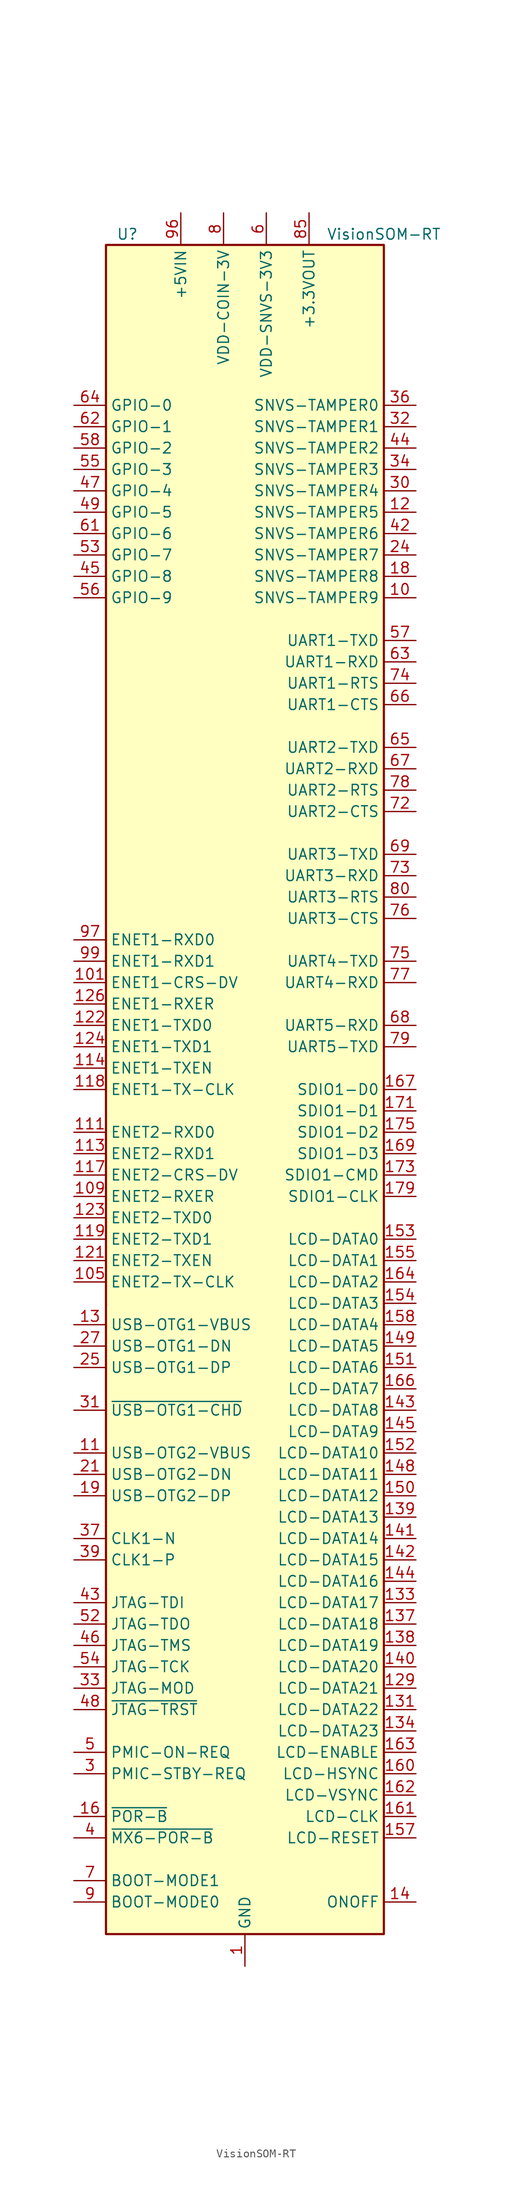
<source format=kicad_sym>
(kicad_symbol_lib
  (version 20241209)
  (generator "kicad_symbol_editor")
  (generator_version "9.0")
  (symbol "VisionSOM-RT"
    (property "Reference" "U"
      (at -13.97 101.6 0)
      (effects (font (size 1.27 1.27))))
    (property "Value" "VisionSOM-RT"
      (at 16.51 101.6 0)
      (effects (font (size 1.27 1.27))))
    (symbol "VisionSOM-RT_0_1"
      (rectangle (start -16.51 100.33) (end 16.51 -100.33) (stroke (width 0.254) (type default)) (fill (type background))))
    (symbol "VisionSOM-RT_1_1"
      (pin bidirectional line (at -20.32 81.28 0) (length 3.81) (name "GPIO-0" (effects (font (size 1.27 1.27)))) (number "64" (effects (font (size 1.27 1.27)))))
      (pin bidirectional line (at -20.32 78.74 0) (length 3.81) (name "GPIO-1" (effects (font (size 1.27 1.27)))) (number "62" (effects (font (size 1.27 1.27)))))
      (pin bidirectional line (at -20.32 76.2 0) (length 3.81) (name "GPIO-2" (effects (font (size 1.27 1.27)))) (number "58" (effects (font (size 1.27 1.27)))))
      (pin bidirectional line (at -20.32 73.66 0) (length 3.81) (name "GPIO-3" (effects (font (size 1.27 1.27)))) (number "55" (effects (font (size 1.27 1.27)))))
      (pin bidirectional line (at -20.32 71.12 0) (length 3.81) (name "GPIO-4" (effects (font (size 1.27 1.27)))) (number "47" (effects (font (size 1.27 1.27)))))
      (pin bidirectional line (at -20.32 68.58 0) (length 3.81) (name "GPIO-5" (effects (font (size 1.27 1.27)))) (number "49" (effects (font (size 1.27 1.27)))))
      (pin bidirectional line (at -20.32 66.04 0) (length 3.81) (name "GPIO-6" (effects (font (size 1.27 1.27)))) (number "61" (effects (font (size 1.27 1.27)))))
      (pin bidirectional line (at -20.32 63.5 0) (length 3.81) (name "GPIO-7" (effects (font (size 1.27 1.27)))) (number "53" (effects (font (size 1.27 1.27)))))
      (pin bidirectional line (at -20.32 60.96 0) (length 3.81) (name "GPIO-8" (effects (font (size 1.27 1.27)))) (number "45" (effects (font (size 1.27 1.27)))))
      (pin bidirectional line (at -20.32 58.42 0) (length 3.81) (name "GPIO-9" (effects (font (size 1.27 1.27)))) (number "56" (effects (font (size 1.27 1.27)))))
      (pin bidirectional line (at -20.32 17.78 0) (length 3.81) (name "ENET1-RXD0" (effects (font (size 1.27 1.27)))) (number "97" (effects (font (size 1.27 1.27)))))
      (pin bidirectional line (at -20.32 15.24 0) (length 3.81) (name "ENET1-RXD1" (effects (font (size 1.27 1.27)))) (number "99" (effects (font (size 1.27 1.27)))))
      (pin bidirectional line (at -20.32 12.7 0) (length 3.81) (name "ENET1-CRS-DV" (effects (font (size 1.27 1.27)))) (number "101" (effects (font (size 1.27 1.27)))))
      (pin bidirectional line (at -20.32 10.16 0) (length 3.81) (name "ENET1-RXER" (effects (font (size 1.27 1.27)))) (number "126" (effects (font (size 1.27 1.27)))))
      (pin bidirectional line (at -20.32 7.62 0) (length 3.81) (name "ENET1-TXD0" (effects (font (size 1.27 1.27)))) (number "122" (effects (font (size 1.27 1.27)))))
      (pin bidirectional line (at -20.32 5.08 0) (length 3.81) (name "ENET1-TXD1" (effects (font (size 1.27 1.27)))) (number "124" (effects (font (size 1.27 1.27)))))
      (pin bidirectional line (at -20.32 2.54 0) (length 3.81) (name "ENET1-TXEN" (effects (font (size 1.27 1.27)))) (number "114" (effects (font (size 1.27 1.27)))))
      (pin bidirectional line (at -20.32 0 0) (length 3.81) (name "ENET1-TX-CLK" (effects (font (size 1.27 1.27)))) (number "118" (effects (font (size 1.27 1.27)))))
      (pin bidirectional line (at -20.32 -5.08 0) (length 3.81) (name "ENET2-RXD0" (effects (font (size 1.27 1.27)))) (number "111" (effects (font (size 1.27 1.27)))))
      (pin bidirectional line (at -20.32 -7.62 0) (length 3.81) (name "ENET2-RXD1" (effects (font (size 1.27 1.27)))) (number "113" (effects (font (size 1.27 1.27)))))
      (pin bidirectional line (at -20.32 -10.16 0) (length 3.81) (name "ENET2-CRS-DV" (effects (font (size 1.27 1.27)))) (number "117" (effects (font (size 1.27 1.27)))))
      (pin bidirectional line (at -20.32 -12.7 0) (length 3.81) (name "ENET2-RXER" (effects (font (size 1.27 1.27)))) (number "109" (effects (font (size 1.27 1.27)))))
      (pin bidirectional line (at -20.32 -15.24 0) (length 3.81) (name "ENET2-TXD0" (effects (font (size 1.27 1.27)))) (number "123" (effects (font (size 1.27 1.27)))))
      (pin bidirectional line (at -20.32 -17.78 0) (length 3.81) (name "ENET2-TXD1" (effects (font (size 1.27 1.27)))) (number "119" (effects (font (size 1.27 1.27)))))
      (pin bidirectional line (at -20.32 -20.32 0) (length 3.81) (name "ENET2-TXEN" (effects (font (size 1.27 1.27)))) (number "121" (effects (font (size 1.27 1.27)))))
      (pin bidirectional line (at -20.32 -22.86 0) (length 3.81) (name "ENET2-TX-CLK" (effects (font (size 1.27 1.27)))) (number "105" (effects (font (size 1.27 1.27)))))
      (pin input line (at -20.32 -27.94 0) (length 3.81) (name "USB-OTG1-VBUS" (effects (font (size 1.27 1.27)))) (number "13" (effects (font (size 1.27 1.27)))))
      (pin bidirectional line (at -20.32 -30.48 0) (length 3.81) (name "USB-OTG1-DN" (effects (font (size 1.27 1.27)))) (number "27" (effects (font (size 1.27 1.27)))))
      (pin bidirectional line (at -20.32 -33.02 0) (length 3.81) (name "USB-OTG1-DP" (effects (font (size 1.27 1.27)))) (number "25" (effects (font (size 1.27 1.27)))))
      (pin open_collector line (at -20.32 -38.1 0) (length 3.81) (name "~{USB-OTG1-CHD}" (effects (font (size 1.27 1.27)))) (number "31" (effects (font (size 1.27 1.27)))))
      (pin input line (at -20.32 -43.18 0) (length 3.81) (name "USB-OTG2-VBUS" (effects (font (size 1.27 1.27)))) (number "11" (effects (font (size 1.27 1.27)))))
      (pin bidirectional line (at -20.32 -45.72 0) (length 3.81) (name "USB-OTG2-DN" (effects (font (size 1.27 1.27)))) (number "21" (effects (font (size 1.27 1.27)))))
      (pin bidirectional line (at -20.32 -48.26 0) (length 3.81) (name "USB-OTG2-DP" (effects (font (size 1.27 1.27)))) (number "19" (effects (font (size 1.27 1.27)))))
      (pin bidirectional line (at -20.32 -53.34 0) (length 3.81) (name "CLK1-N" (effects (font (size 1.27 1.27)))) (number "37" (effects (font (size 1.27 1.27)))))
      (pin bidirectional line (at -20.32 -55.88 0) (length 3.81) (name "CLK1-P" (effects (font (size 1.27 1.27)))) (number "39" (effects (font (size 1.27 1.27)))))
      (pin bidirectional line (at -20.32 -60.96 0) (length 3.81) (name "JTAG-TDI" (effects (font (size 1.27 1.27)))) (number "43" (effects (font (size 1.27 1.27)))))
      (pin bidirectional line (at -20.32 -63.5 0) (length 3.81) (name "JTAG-TDO" (effects (font (size 1.27 1.27)))) (number "52" (effects (font (size 1.27 1.27)))))
      (pin bidirectional line (at -20.32 -66.04 0) (length 3.81) (name "JTAG-TMS" (effects (font (size 1.27 1.27)))) (number "46" (effects (font (size 1.27 1.27)))))
      (pin bidirectional line (at -20.32 -68.58 0) (length 3.81) (name "JTAG-TCK" (effects (font (size 1.27 1.27)))) (number "54" (effects (font (size 1.27 1.27)))))
      (pin bidirectional line (at -20.32 -71.12 0) (length 3.81) (name "JTAG-MOD" (effects (font (size 1.27 1.27)))) (number "33" (effects (font (size 1.27 1.27)))))
      (pin bidirectional line (at -20.32 -73.66 0) (length 3.81) (name "~{JTAG-TRST}" (effects (font (size 1.27 1.27)))) (number "48" (effects (font (size 1.27 1.27)))))
      (pin output line (at -20.32 -78.74 0) (length 3.81) (name "PMIC-ON-REQ" (effects (font (size 1.27 1.27)))) (number "5" (effects (font (size 1.27 1.27)))))
      (pin output line (at -20.32 -81.28 0) (length 3.81) (name "PMIC-STBY-REQ" (effects (font (size 1.27 1.27)))) (number "3" (effects (font (size 1.27 1.27)))))
      (pin input line (at -20.32 -86.36 0) (length 3.81) (name "~{POR-B}" (effects (font (size 1.27 1.27)))) (number "16" (effects (font (size 1.27 1.27)))))
      (pin input line (at -20.32 -88.9 0) (length 3.81) (name "~{MX6-POR-B}" (effects (font (size 1.27 1.27)))) (number "4" (effects (font (size 1.27 1.27)))))
      (pin input line (at -20.32 -93.98 0) (length 3.81) (name "BOOT-MODE1" (effects (font (size 1.27 1.27)))) (number "7" (effects (font (size 1.27 1.27)))))
      (pin input line (at -20.32 -96.52 0) (length 3.81) (name "BOOT-MODE0" (effects (font (size 1.27 1.27)))) (number "9" (effects (font (size 1.27 1.27)))))
      (pin no_connect line (at -15.24 53.34 0) (length 3.81) (hide yes) (name "NC" (effects (font (size 1.27 1.27)))) (number "196" (effects (font (size 1.27 1.27)))))
      (pin no_connect line (at -15.24 50.8 0) (length 3.81) (hide yes) (name "NC" (effects (font (size 1.27 1.27)))) (number "195" (effects (font (size 1.27 1.27)))))
      (pin no_connect line (at -15.24 48.26 0) (length 3.81) (hide yes) (name "NC" (effects (font (size 1.27 1.27)))) (number "193" (effects (font (size 1.27 1.27)))))
      (pin no_connect line (at -15.24 45.72 0) (length 3.81) (hide yes) (name "NC" (effects (font (size 1.27 1.27)))) (number "194" (effects (font (size 1.27 1.27)))))
      (pin no_connect line (at -15.24 43.18 0) (length 3.81) (hide yes) (name "NC" (effects (font (size 1.27 1.27)))) (number "192" (effects (font (size 1.27 1.27)))))
      (pin no_connect line (at -15.24 40.64 0) (length 3.81) (hide yes) (name "NC" (effects (font (size 1.27 1.27)))) (number "191" (effects (font (size 1.27 1.27)))))
      (pin no_connect line (at -15.24 38.1 0) (length 3.81) (hide yes) (name "NC" (effects (font (size 1.27 1.27)))) (number "190" (effects (font (size 1.27 1.27)))))
      (pin no_connect line (at -15.24 35.56 0) (length 3.81) (hide yes) (name "NC" (effects (font (size 1.27 1.27)))) (number "186" (effects (font (size 1.27 1.27)))))
      (pin no_connect line (at -15.24 33.02 0) (length 3.81) (hide yes) (name "NC" (effects (font (size 1.27 1.27)))) (number "188" (effects (font (size 1.27 1.27)))))
      (pin no_connect line (at -15.24 30.48 0) (length 3.81) (hide yes) (name "NC" (effects (font (size 1.27 1.27)))) (number "197" (effects (font (size 1.27 1.27)))))
      (pin no_connect line (at -15.24 27.94 0) (length 3.81) (hide yes) (name "NC" (effects (font (size 1.27 1.27)))) (number "198" (effects (font (size 1.27 1.27)))))
      (pin no_connect line (at -15.24 25.4 0) (length 3.81) (hide yes) (name "NC" (effects (font (size 1.27 1.27)))) (number "187" (effects (font (size 1.27 1.27)))))
      (pin no_connect line (at -15.24 22.86 0) (length 3.81) (hide yes) (name "NC" (effects (font (size 1.27 1.27)))) (number "183" (effects (font (size 1.27 1.27)))))
      (pin no_connect line (at -15.24 -76.2 0) (length 2.54) (hide yes) (name "NC" (effects (font (size 1.27 1.27)))) (number "86" (effects (font (size 1.27 1.27)))))
      (pin no_connect line (at -15.24 -83.82 0) (length 2.54) (hide yes) (name "NC" (effects (font (size 1.27 1.27)))) (number "94" (effects (font (size 1.27 1.27)))))
      (pin no_connect line (at -15.24 -91.44 0) (length 2.54) (hide yes) (name "NC" (effects (font (size 1.27 1.27)))) (number "95" (effects (font (size 1.27 1.27)))))
      (pin passive line (at -7.62 104.14 270) (length 3.81) (hide yes) (name "+5VIN" (effects (font (size 1.27 1.27)))) (number "100" (effects (font (size 1.27 1.27)))))
      (pin passive line (at -7.62 104.14 270) (length 3.81) (hide yes) (name "+5VIN" (effects (font (size 1.27 1.27)))) (number "102" (effects (font (size 1.27 1.27)))))
      (pin passive line (at -7.62 104.14 270) (length 3.81) (hide yes) (name "+5VIN" (effects (font (size 1.27 1.27)))) (number "104" (effects (font (size 1.27 1.27)))))
      (pin passive line (at -7.62 104.14 270) (length 3.81) (hide yes) (name "+5VIN" (effects (font (size 1.27 1.27)))) (number "106" (effects (font (size 1.27 1.27)))))
      (pin passive line (at -7.62 104.14 270) (length 3.81) (hide yes) (name "+5VIN" (effects (font (size 1.27 1.27)))) (number "108" (effects (font (size 1.27 1.27)))))
      (pin passive line (at -7.62 104.14 270) (length 3.81) (hide yes) (name "+5VIN" (effects (font (size 1.27 1.27)))) (number "110" (effects (font (size 1.27 1.27)))))
      (pin passive line (at -7.62 104.14 270) (length 3.81) (hide yes) (name "+5VIN" (effects (font (size 1.27 1.27)))) (number "112" (effects (font (size 1.27 1.27)))))
      (pin power_in line (at -7.62 104.14 270) (length 3.81) (name "+5VIN" (effects (font (size 1.27 1.27)))) (number "96" (effects (font (size 1.27 1.27)))))
      (pin passive line (at -7.62 104.14 270) (length 3.81) (hide yes) (name "+5VIN" (effects (font (size 1.27 1.27)))) (number "98" (effects (font (size 1.27 1.27)))))
      (pin no_connect line (at -5.08 -99.06 90) (length 3.81) (hide yes) (name "NC" (effects (font (size 1.27 1.27)))) (number "176" (effects (font (size 1.27 1.27)))))
      (pin power_in line (at -2.54 104.14 270) (length 3.81) (name "VDD-COIN-3V" (effects (font (size 1.27 1.27)))) (number "8" (effects (font (size 1.27 1.27)))))
      (pin no_connect line (at -2.54 -99.06 90) (length 3.81) (hide yes) (name "NC" (effects (font (size 1.27 1.27)))) (number "178" (effects (font (size 1.27 1.27)))))
      (pin power_in line (at 0 -104.14 90) (length 3.81) (name "GND" (effects (font (size 1.27 1.27)))) (number "1" (effects (font (size 1.27 1.27)))))
      (pin passive line (at 0 -104.14 90) (length 3.81) (hide yes) (name "GND" (effects (font (size 1.27 1.27)))) (number "103" (effects (font (size 1.27 1.27)))))
      (pin passive line (at 0 -104.14 90) (length 3.81) (hide yes) (name "GND" (effects (font (size 1.27 1.27)))) (number "107" (effects (font (size 1.27 1.27)))))
      (pin passive line (at 0 -104.14 90) (length 3.81) (hide yes) (name "GND" (effects (font (size 1.27 1.27)))) (number "115" (effects (font (size 1.27 1.27)))))
      (pin passive line (at 0 -104.14 90) (length 3.81) (hide yes) (name "GND" (effects (font (size 1.27 1.27)))) (number "116" (effects (font (size 1.27 1.27)))))
      (pin passive line (at 0 -104.14 90) (length 3.81) (hide yes) (name "GND" (effects (font (size 1.27 1.27)))) (number "120" (effects (font (size 1.27 1.27)))))
      (pin passive line (at 0 -104.14 90) (length 3.81) (hide yes) (name "GND" (effects (font (size 1.27 1.27)))) (number "125" (effects (font (size 1.27 1.27)))))
      (pin passive line (at 0 -104.14 90) (length 3.81) (hide yes) (name "GND" (effects (font (size 1.27 1.27)))) (number "127" (effects (font (size 1.27 1.27)))))
      (pin passive line (at 0 -104.14 90) (length 3.81) (hide yes) (name "GND" (effects (font (size 1.27 1.27)))) (number "128" (effects (font (size 1.27 1.27)))))
      (pin passive line (at 0 -104.14 90) (length 3.81) (hide yes) (name "GND" (effects (font (size 1.27 1.27)))) (number "130" (effects (font (size 1.27 1.27)))))
      (pin passive line (at 0 -104.14 90) (length 3.81) (hide yes) (name "GND" (effects (font (size 1.27 1.27)))) (number "132" (effects (font (size 1.27 1.27)))))
      (pin passive line (at 0 -104.14 90) (length 3.81) (hide yes) (name "GND" (effects (font (size 1.27 1.27)))) (number "135" (effects (font (size 1.27 1.27)))))
      (pin passive line (at 0 -104.14 90) (length 3.81) (hide yes) (name "GND" (effects (font (size 1.27 1.27)))) (number "136" (effects (font (size 1.27 1.27)))))
      (pin passive line (at 0 -104.14 90) (length 3.81) (hide yes) (name "GND" (effects (font (size 1.27 1.27)))) (number "146" (effects (font (size 1.27 1.27)))))
      (pin passive line (at 0 -104.14 90) (length 3.81) (hide yes) (name "GND" (effects (font (size 1.27 1.27)))) (number "147" (effects (font (size 1.27 1.27)))))
      (pin passive line (at 0 -104.14 90) (length 3.81) (hide yes) (name "GND" (effects (font (size 1.27 1.27)))) (number "15" (effects (font (size 1.27 1.27)))))
      (pin passive line (at 0 -104.14 90) (length 3.81) (hide yes) (name "GND" (effects (font (size 1.27 1.27)))) (number "156" (effects (font (size 1.27 1.27)))))
      (pin passive line (at 0 -104.14 90) (length 3.81) (hide yes) (name "GND" (effects (font (size 1.27 1.27)))) (number "159" (effects (font (size 1.27 1.27)))))
      (pin passive line (at 0 -104.14 90) (length 3.81) (hide yes) (name "GND" (effects (font (size 1.27 1.27)))) (number "165" (effects (font (size 1.27 1.27)))))
      (pin passive line (at 0 -104.14 90) (length 3.81) (hide yes) (name "GND" (effects (font (size 1.27 1.27)))) (number "168" (effects (font (size 1.27 1.27)))))
      (pin passive line (at 0 -104.14 90) (length 3.81) (hide yes) (name "GND" (effects (font (size 1.27 1.27)))) (number "17" (effects (font (size 1.27 1.27)))))
      (pin passive line (at 0 -104.14 90) (length 3.81) (hide yes) (name "GND" (effects (font (size 1.27 1.27)))) (number "170" (effects (font (size 1.27 1.27)))))
      (pin passive line (at 0 -104.14 90) (length 3.81) (hide yes) (name "GND" (effects (font (size 1.27 1.27)))) (number "172" (effects (font (size 1.27 1.27)))))
      (pin passive line (at 0 -104.14 90) (length 3.81) (hide yes) (name "GND" (effects (font (size 1.27 1.27)))) (number "174" (effects (font (size 1.27 1.27)))))
      (pin passive line (at 0 -104.14 90) (length 3.81) (hide yes) (name "GND" (effects (font (size 1.27 1.27)))) (number "177" (effects (font (size 1.27 1.27)))))
      (pin passive line (at 0 -104.14 90) (length 3.81) (hide yes) (name "GND" (effects (font (size 1.27 1.27)))) (number "181" (effects (font (size 1.27 1.27)))))
      (pin passive line (at 0 -104.14 90) (length 3.81) (hide yes) (name "GND" (effects (font (size 1.27 1.27)))) (number "184" (effects (font (size 1.27 1.27)))))
      (pin passive line (at 0 -104.14 90) (length 3.81) (hide yes) (name "GND" (effects (font (size 1.27 1.27)))) (number "185" (effects (font (size 1.27 1.27)))))
      (pin passive line (at 0 -104.14 90) (length 3.81) (hide yes) (name "GND" (effects (font (size 1.27 1.27)))) (number "189" (effects (font (size 1.27 1.27)))))
      (pin passive line (at 0 -104.14 90) (length 3.81) (hide yes) (name "GND" (effects (font (size 1.27 1.27)))) (number "199" (effects (font (size 1.27 1.27)))))
      (pin passive line (at 0 -104.14 90) (length 3.81) (hide yes) (name "GND" (effects (font (size 1.27 1.27)))) (number "2" (effects (font (size 1.27 1.27)))))
      (pin passive line (at 0 -104.14 90) (length 3.81) (hide yes) (name "GND" (effects (font (size 1.27 1.27)))) (number "20" (effects (font (size 1.27 1.27)))))
      (pin passive line (at 0 -104.14 90) (length 3.81) (hide yes) (name "GND" (effects (font (size 1.27 1.27)))) (number "200" (effects (font (size 1.27 1.27)))))
      (pin passive line (at 0 -104.14 90) (length 3.81) (hide yes) (name "GND" (effects (font (size 1.27 1.27)))) (number "22" (effects (font (size 1.27 1.27)))))
      (pin passive line (at 0 -104.14 90) (length 3.81) (hide yes) (name "GND" (effects (font (size 1.27 1.27)))) (number "23" (effects (font (size 1.27 1.27)))))
      (pin passive line (at 0 -104.14 90) (length 3.81) (hide yes) (name "GND" (effects (font (size 1.27 1.27)))) (number "26" (effects (font (size 1.27 1.27)))))
      (pin passive line (at 0 -104.14 90) (length 3.81) (hide yes) (name "GND" (effects (font (size 1.27 1.27)))) (number "28" (effects (font (size 1.27 1.27)))))
      (pin passive line (at 0 -104.14 90) (length 3.81) (hide yes) (name "GND" (effects (font (size 1.27 1.27)))) (number "29" (effects (font (size 1.27 1.27)))))
      (pin passive line (at 0 -104.14 90) (length 3.81) (hide yes) (name "GND" (effects (font (size 1.27 1.27)))) (number "35" (effects (font (size 1.27 1.27)))))
      (pin passive line (at 0 -104.14 90) (length 3.81) (hide yes) (name "GND" (effects (font (size 1.27 1.27)))) (number "38" (effects (font (size 1.27 1.27)))))
      (pin passive line (at 0 -104.14 90) (length 3.81) (hide yes) (name "GND" (effects (font (size 1.27 1.27)))) (number "40" (effects (font (size 1.27 1.27)))))
      (pin passive line (at 0 -104.14 90) (length 3.81) (hide yes) (name "GND" (effects (font (size 1.27 1.27)))) (number "41" (effects (font (size 1.27 1.27)))))
      (pin passive line (at 0 -104.14 90) (length 3.81) (hide yes) (name "GND" (effects (font (size 1.27 1.27)))) (number "50" (effects (font (size 1.27 1.27)))))
      (pin passive line (at 0 -104.14 90) (length 3.81) (hide yes) (name "GND" (effects (font (size 1.27 1.27)))) (number "51" (effects (font (size 1.27 1.27)))))
      (pin passive line (at 0 -104.14 90) (length 3.81) (hide yes) (name "GND" (effects (font (size 1.27 1.27)))) (number "59" (effects (font (size 1.27 1.27)))))
      (pin passive line (at 0 -104.14 90) (length 3.81) (hide yes) (name "GND" (effects (font (size 1.27 1.27)))) (number "60" (effects (font (size 1.27 1.27)))))
      (pin passive line (at 0 -104.14 90) (length 3.81) (hide yes) (name "GND" (effects (font (size 1.27 1.27)))) (number "70" (effects (font (size 1.27 1.27)))))
      (pin passive line (at 0 -104.14 90) (length 3.81) (hide yes) (name "GND" (effects (font (size 1.27 1.27)))) (number "71" (effects (font (size 1.27 1.27)))))
      (pin passive line (at 0 -104.14 90) (length 3.81) (hide yes) (name "GND" (effects (font (size 1.27 1.27)))) (number "81" (effects (font (size 1.27 1.27)))))
      (pin passive line (at 0 -104.14 90) (length 3.81) (hide yes) (name "GND" (effects (font (size 1.27 1.27)))) (number "82" (effects (font (size 1.27 1.27)))))
      (pin passive line (at 0 -104.14 90) (length 3.81) (hide yes) (name "GND" (effects (font (size 1.27 1.27)))) (number "84" (effects (font (size 1.27 1.27)))))
      (pin power_in line (at 2.54 104.14 270) (length 3.81) (name "VDD-SNVS-3V3" (effects (font (size 1.27 1.27)))) (number "6" (effects (font (size 1.27 1.27)))))
      (pin no_connect line (at 2.54 -99.06 90) (length 3.81) (hide yes) (name "NC" (effects (font (size 1.27 1.27)))) (number "180" (effects (font (size 1.27 1.27)))))
      (pin no_connect line (at 5.08 -99.06 90) (length 3.81) (hide yes) (name "NC" (effects (font (size 1.27 1.27)))) (number "182" (effects (font (size 1.27 1.27)))))
      (pin power_out line (at 7.62 104.14 270) (length 3.81) (name "+3.3VOUT" (effects (font (size 1.27 1.27)))) (number "85" (effects (font (size 1.27 1.27)))))
      (pin passive line (at 7.62 104.14 270) (length 3.81) (hide yes) (name "+3.3VOUT" (effects (font (size 1.27 1.27)))) (number "87" (effects (font (size 1.27 1.27)))))
      (pin passive line (at 7.62 104.14 270) (length 3.81) (hide yes) (name "+3.3VOUT" (effects (font (size 1.27 1.27)))) (number "88" (effects (font (size 1.27 1.27)))))
      (pin passive line (at 7.62 104.14 270) (length 3.81) (hide yes) (name "+3.3VOUT" (effects (font (size 1.27 1.27)))) (number "89" (effects (font (size 1.27 1.27)))))
      (pin passive line (at 7.62 104.14 270) (length 3.81) (hide yes) (name "+3.3VOUT" (effects (font (size 1.27 1.27)))) (number "90" (effects (font (size 1.27 1.27)))))
      (pin passive line (at 7.62 104.14 270) (length 3.81) (hide yes) (name "+3.3VOUT" (effects (font (size 1.27 1.27)))) (number "91" (effects (font (size 1.27 1.27)))))
      (pin passive line (at 7.62 104.14 270) (length 3.81) (hide yes) (name "+3.3VOUT" (effects (font (size 1.27 1.27)))) (number "92" (effects (font (size 1.27 1.27)))))
      (pin passive line (at 7.62 104.14 270) (length 3.81) (hide yes) (name "+3.3VOUT" (effects (font (size 1.27 1.27)))) (number "93" (effects (font (size 1.27 1.27)))))
      (pin no_connect line (at 15.24 -93.98 180) (length 3.81) (hide yes) (name "NC" (effects (font (size 1.27 1.27)))) (number "83" (effects (font (size 1.27 1.27)))))
      (pin bidirectional line (at 20.32 81.28 180) (length 3.81) (name "SNVS-TAMPER0" (effects (font (size 1.27 1.27)))) (number "36" (effects (font (size 1.27 1.27)))))
      (pin bidirectional line (at 20.32 78.74 180) (length 3.81) (name "SNVS-TAMPER1" (effects (font (size 1.27 1.27)))) (number "32" (effects (font (size 1.27 1.27)))))
      (pin bidirectional line (at 20.32 76.2 180) (length 3.81) (name "SNVS-TAMPER2" (effects (font (size 1.27 1.27)))) (number "44" (effects (font (size 1.27 1.27)))))
      (pin bidirectional line (at 20.32 73.66 180) (length 3.81) (name "SNVS-TAMPER3" (effects (font (size 1.27 1.27)))) (number "34" (effects (font (size 1.27 1.27)))))
      (pin bidirectional line (at 20.32 71.12 180) (length 3.81) (name "SNVS-TAMPER4" (effects (font (size 1.27 1.27)))) (number "30" (effects (font (size 1.27 1.27)))))
      (pin bidirectional line (at 20.32 68.58 180) (length 3.81) (name "SNVS-TAMPER5" (effects (font (size 1.27 1.27)))) (number "12" (effects (font (size 1.27 1.27)))))
      (pin bidirectional line (at 20.32 66.04 180) (length 3.81) (name "SNVS-TAMPER6" (effects (font (size 1.27 1.27)))) (number "42" (effects (font (size 1.27 1.27)))))
      (pin bidirectional line (at 20.32 63.5 180) (length 3.81) (name "SNVS-TAMPER7" (effects (font (size 1.27 1.27)))) (number "24" (effects (font (size 1.27 1.27)))))
      (pin bidirectional line (at 20.32 60.96 180) (length 3.81) (name "SNVS-TAMPER8" (effects (font (size 1.27 1.27)))) (number "18" (effects (font (size 1.27 1.27)))))
      (pin bidirectional line (at 20.32 58.42 180) (length 3.81) (name "SNVS-TAMPER9" (effects (font (size 1.27 1.27)))) (number "10" (effects (font (size 1.27 1.27)))))
      (pin bidirectional line (at 20.32 53.34 180) (length 3.81) (name "UART1-TXD" (effects (font (size 1.27 1.27)))) (number "57" (effects (font (size 1.27 1.27)))))
      (pin bidirectional line (at 20.32 50.8 180) (length 3.81) (name "UART1-RXD" (effects (font (size 1.27 1.27)))) (number "63" (effects (font (size 1.27 1.27)))))
      (pin bidirectional line (at 20.32 48.26 180) (length 3.81) (name "UART1-RTS" (effects (font (size 1.27 1.27)))) (number "74" (effects (font (size 1.27 1.27)))))
      (pin bidirectional line (at 20.32 45.72 180) (length 3.81) (name "UART1-CTS" (effects (font (size 1.27 1.27)))) (number "66" (effects (font (size 1.27 1.27)))))
      (pin bidirectional line (at 20.32 40.64 180) (length 3.81) (name "UART2-TXD" (effects (font (size 1.27 1.27)))) (number "65" (effects (font (size 1.27 1.27)))))
      (pin bidirectional line (at 20.32 38.1 180) (length 3.81) (name "UART2-RXD" (effects (font (size 1.27 1.27)))) (number "67" (effects (font (size 1.27 1.27)))))
      (pin bidirectional line (at 20.32 35.56 180) (length 3.81) (name "UART2-RTS" (effects (font (size 1.27 1.27)))) (number "78" (effects (font (size 1.27 1.27)))))
      (pin bidirectional line (at 20.32 33.02 180) (length 3.81) (name "UART2-CTS" (effects (font (size 1.27 1.27)))) (number "72" (effects (font (size 1.27 1.27)))))
      (pin bidirectional line (at 20.32 27.94 180) (length 3.81) (name "UART3-TXD" (effects (font (size 1.27 1.27)))) (number "69" (effects (font (size 1.27 1.27)))))
      (pin bidirectional line (at 20.32 25.4 180) (length 3.81) (name "UART3-RXD" (effects (font (size 1.27 1.27)))) (number "73" (effects (font (size 1.27 1.27)))))
      (pin bidirectional line (at 20.32 22.86 180) (length 3.81) (name "UART3-RTS" (effects (font (size 1.27 1.27)))) (number "80" (effects (font (size 1.27 1.27)))))
      (pin bidirectional line (at 20.32 20.32 180) (length 3.81) (name "UART3-CTS" (effects (font (size 1.27 1.27)))) (number "76" (effects (font (size 1.27 1.27)))))
      (pin bidirectional line (at 20.32 15.24 180) (length 3.81) (name "UART4-TXD" (effects (font (size 1.27 1.27)))) (number "75" (effects (font (size 1.27 1.27)))))
      (pin bidirectional line (at 20.32 12.7 180) (length 3.81) (name "UART4-RXD" (effects (font (size 1.27 1.27)))) (number "77" (effects (font (size 1.27 1.27)))))
      (pin bidirectional line (at 20.32 7.62 180) (length 3.81) (name "UART5-RXD" (effects (font (size 1.27 1.27)))) (number "68" (effects (font (size 1.27 1.27)))))
      (pin bidirectional line (at 20.32 5.08 180) (length 3.81) (name "UART5-TXD" (effects (font (size 1.27 1.27)))) (number "79" (effects (font (size 1.27 1.27)))))
      (pin bidirectional line (at 20.32 0 180) (length 3.81) (name "SDIO1-D0" (effects (font (size 1.27 1.27)))) (number "167" (effects (font (size 1.27 1.27)))))
      (pin bidirectional line (at 20.32 -2.54 180) (length 3.81) (name "SDIO1-D1" (effects (font (size 1.27 1.27)))) (number "171" (effects (font (size 1.27 1.27)))))
      (pin bidirectional line (at 20.32 -5.08 180) (length 3.81) (name "SDIO1-D2" (effects (font (size 1.27 1.27)))) (number "175" (effects (font (size 1.27 1.27)))))
      (pin bidirectional line (at 20.32 -7.62 180) (length 3.81) (name "SDIO1-D3" (effects (font (size 1.27 1.27)))) (number "169" (effects (font (size 1.27 1.27)))))
      (pin bidirectional line (at 20.32 -10.16 180) (length 3.81) (name "SDIO1-CMD" (effects (font (size 1.27 1.27)))) (number "173" (effects (font (size 1.27 1.27)))))
      (pin bidirectional line (at 20.32 -12.7 180) (length 3.81) (name "SDIO1-CLK" (effects (font (size 1.27 1.27)))) (number "179" (effects (font (size 1.27 1.27)))))
      (pin bidirectional line (at 20.32 -17.78 180) (length 3.81) (name "LCD-DATA0" (effects (font (size 1.27 1.27)))) (number "153" (effects (font (size 1.27 1.27)))))
      (pin bidirectional line (at 20.32 -20.32 180) (length 3.81) (name "LCD-DATA1" (effects (font (size 1.27 1.27)))) (number "155" (effects (font (size 1.27 1.27)))))
      (pin bidirectional line (at 20.32 -22.86 180) (length 3.81) (name "LCD-DATA2" (effects (font (size 1.27 1.27)))) (number "164" (effects (font (size 1.27 1.27)))))
      (pin bidirectional line (at 20.32 -25.4 180) (length 3.81) (name "LCD-DATA3" (effects (font (size 1.27 1.27)))) (number "154" (effects (font (size 1.27 1.27)))))
      (pin bidirectional line (at 20.32 -27.94 180) (length 3.81) (name "LCD-DATA4" (effects (font (size 1.27 1.27)))) (number "158" (effects (font (size 1.27 1.27)))))
      (pin bidirectional line (at 20.32 -30.48 180) (length 3.81) (name "LCD-DATA5" (effects (font (size 1.27 1.27)))) (number "149" (effects (font (size 1.27 1.27)))))
      (pin bidirectional line (at 20.32 -33.02 180) (length 3.81) (name "LCD-DATA6" (effects (font (size 1.27 1.27)))) (number "151" (effects (font (size 1.27 1.27)))))
      (pin bidirectional line (at 20.32 -35.56 180) (length 3.81) (name "LCD-DATA7" (effects (font (size 1.27 1.27)))) (number "166" (effects (font (size 1.27 1.27)))))
      (pin bidirectional line (at 20.32 -38.1 180) (length 3.81) (name "LCD-DATA8" (effects (font (size 1.27 1.27)))) (number "143" (effects (font (size 1.27 1.27)))))
      (pin bidirectional line (at 20.32 -40.64 180) (length 3.81) (name "LCD-DATA9" (effects (font (size 1.27 1.27)))) (number "145" (effects (font (size 1.27 1.27)))))
      (pin bidirectional line (at 20.32 -43.18 180) (length 3.81) (name "LCD-DATA10" (effects (font (size 1.27 1.27)))) (number "152" (effects (font (size 1.27 1.27)))))
      (pin bidirectional line (at 20.32 -45.72 180) (length 3.81) (name "LCD-DATA11" (effects (font (size 1.27 1.27)))) (number "148" (effects (font (size 1.27 1.27)))))
      (pin bidirectional line (at 20.32 -48.26 180) (length 3.81) (name "LCD-DATA12" (effects (font (size 1.27 1.27)))) (number "150" (effects (font (size 1.27 1.27)))))
      (pin bidirectional line (at 20.32 -50.8 180) (length 3.81) (name "LCD-DATA13" (effects (font (size 1.27 1.27)))) (number "139" (effects (font (size 1.27 1.27)))))
      (pin bidirectional line (at 20.32 -53.34 180) (length 3.81) (name "LCD-DATA14" (effects (font (size 1.27 1.27)))) (number "141" (effects (font (size 1.27 1.27)))))
      (pin bidirectional line (at 20.32 -55.88 180) (length 3.81) (name "LCD-DATA15" (effects (font (size 1.27 1.27)))) (number "142" (effects (font (size 1.27 1.27)))))
      (pin bidirectional line (at 20.32 -58.42 180) (length 3.81) (name "LCD-DATA16" (effects (font (size 1.27 1.27)))) (number "144" (effects (font (size 1.27 1.27)))))
      (pin bidirectional line (at 20.32 -60.96 180) (length 3.81) (name "LCD-DATA17" (effects (font (size 1.27 1.27)))) (number "133" (effects (font (size 1.27 1.27)))))
      (pin bidirectional line (at 20.32 -63.5 180) (length 3.81) (name "LCD-DATA18" (effects (font (size 1.27 1.27)))) (number "137" (effects (font (size 1.27 1.27)))))
      (pin bidirectional line (at 20.32 -66.04 180) (length 3.81) (name "LCD-DATA19" (effects (font (size 1.27 1.27)))) (number "138" (effects (font (size 1.27 1.27)))))
      (pin bidirectional line (at 20.32 -68.58 180) (length 3.81) (name "LCD-DATA20" (effects (font (size 1.27 1.27)))) (number "140" (effects (font (size 1.27 1.27)))))
      (pin bidirectional line (at 20.32 -71.12 180) (length 3.81) (name "LCD-DATA21" (effects (font (size 1.27 1.27)))) (number "129" (effects (font (size 1.27 1.27)))))
      (pin bidirectional line (at 20.32 -73.66 180) (length 3.81) (name "LCD-DATA22" (effects (font (size 1.27 1.27)))) (number "131" (effects (font (size 1.27 1.27)))))
      (pin bidirectional line (at 20.32 -76.2 180) (length 3.81) (name "LCD-DATA23" (effects (font (size 1.27 1.27)))) (number "134" (effects (font (size 1.27 1.27)))))
      (pin bidirectional line (at 20.32 -78.74 180) (length 3.81) (name "LCD-ENABLE" (effects (font (size 1.27 1.27)))) (number "163" (effects (font (size 1.27 1.27)))))
      (pin bidirectional line (at 20.32 -81.28 180) (length 3.81) (name "LCD-HSYNC" (effects (font (size 1.27 1.27)))) (number "160" (effects (font (size 1.27 1.27)))))
      (pin bidirectional line (at 20.32 -83.82 180) (length 3.81) (name "LCD-VSYNC" (effects (font (size 1.27 1.27)))) (number "162" (effects (font (size 1.27 1.27)))))
      (pin bidirectional line (at 20.32 -86.36 180) (length 3.81) (name "LCD-CLK" (effects (font (size 1.27 1.27)))) (number "161" (effects (font (size 1.27 1.27)))))
      (pin bidirectional line (at 20.32 -88.9 180) (length 3.81) (name "LCD-RESET" (effects (font (size 1.27 1.27)))) (number "157" (effects (font (size 1.27 1.27)))))
      (pin input line (at 20.32 -96.52 180) (length 3.81) (name "ONOFF" (effects (font (size 1.27 1.27)))) (number "14" (effects (font (size 1.27 1.27))))))))
</source>
